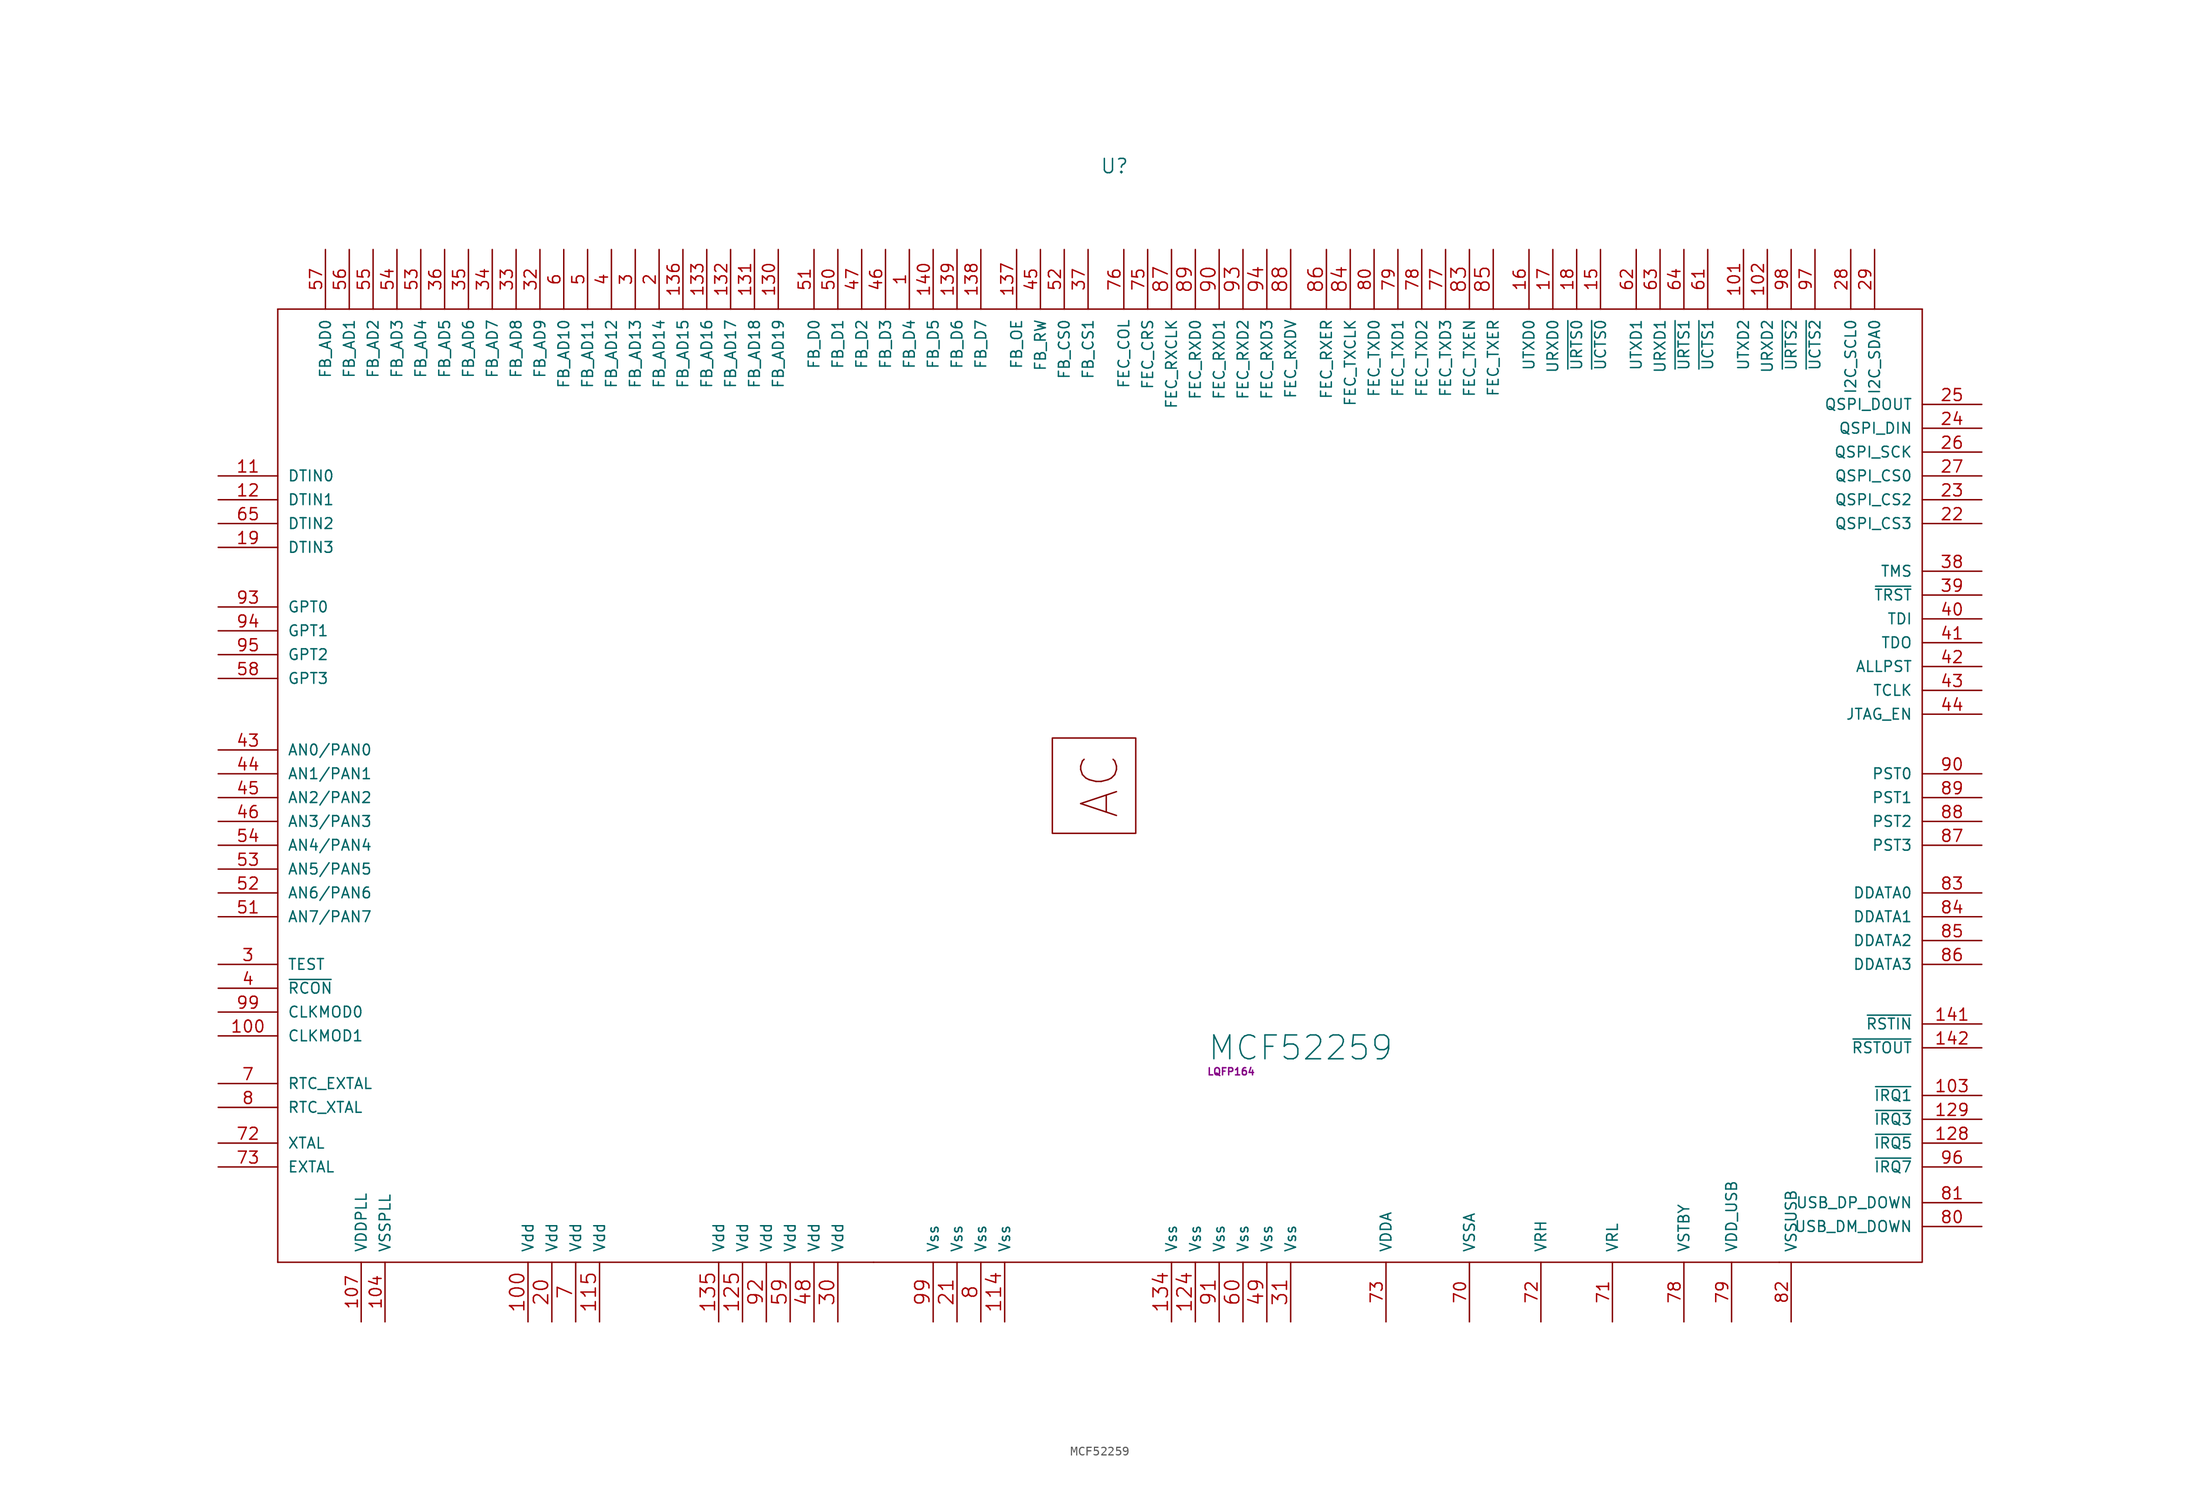
<source format=kicad_sym>
(kicad_symbol_lib
  (version 20220914)
  (generator kicad_symbol_editor)
  (symbol "MCF52259"
    (pin_names
      (offset 1.016))
    (property "Reference" "U"
      (at 0 66.04 0)
      (effects (font (size 1.524 1.524)) (justify left)))
    (property "Value" "MCF52259"
      (at 11.43 -27.94 0)
      (effects (font (size 2.54 2.54)) (justify left)))
    (property "Footprint" "LQFP164"
      (at 13.97 -30.48 0)
      (effects (font (size 0.762 0.762))))
    (property "Datasheet" ""
      (at 0 0 0)
      (effects (font (size 1.524 1.524))))
    (symbol "MCF52259_0_0"
      (polyline (pts (xy 3.81 -5.08) (xy -5.08 -5.08) (xy -5.08 5.08) (xy 3.81 5.08) (xy 3.81 -5.08) (xy 3.81 -5.08)) (stroke (width 0) (type default)) (fill (type none)))
      (text "AC" (at 0 0 900) (effects (font (size 3.81 3.81)))))
    (symbol "MCF52259_0_1"
      (polyline (pts (xy -87.63 33.02) (xy -87.63 -50.8) (xy -87.63 -50.8)) (stroke (width 0) (type default)) (fill (type none)))
      (polyline (pts (xy -87.63 33.02) (xy -87.63 50.8) (xy -87.63 50.8)) (stroke (width 0) (type default)) (fill (type none)))
      (polyline (pts (xy -87.63 50.8) (xy -80.01 50.8) (xy -80.01 50.8)) (stroke (width 0) (type default)) (fill (type none)))
      (polyline (pts (xy -24.13 -50.8) (xy -87.63 -50.8) (xy -87.63 -50.8)) (stroke (width 0) (type default)) (fill (type none)))
      (polyline (pts (xy 72.39 -50.8) (xy -24.13 -50.8) (xy -24.13 -50.8)) (stroke (width 0) (type default)) (fill (type none)))
      (polyline (pts (xy 87.63 50.8) (xy -80.01 50.8) (xy -80.01 50.8)) (stroke (width 0) (type default)) (fill (type none)))
      (polyline (pts (xy 72.39 -50.8) (xy 87.63 -50.8) (xy 87.63 50.8) (xy 87.63 50.8)) (stroke (width 0) (type default)) (fill (type none))))
    (symbol "MCF52259_1_1"
      (pin bidirectional line (at -20.32 57.15 270) (length 6.35) (name "FB_D4" (effects (font (size 1.143 1.143)))) (number "1" (effects (font (size 1.27 1.27)))))
      (pin input line (at -93.98 -26.67 0) (length 6.35) (name "CLKMOD1" (effects (font (size 1.143 1.143)))) (number "100" (effects (font (size 1.27 1.27)))))
      (pin power_in line (at -60.96 -57.15 90) (length 6.35) (name "Vdd" (effects (font (size 1.143 1.143)))) (number "100" (effects (font (size 1.524 1.524)))))
      (pin bidirectional line (at 68.58 57.15 270) (length 6.35) (name "UTXD2" (effects (font (size 1.143 1.143)))) (number "101" (effects (font (size 1.27 1.27)))))
      (pin bidirectional line (at 71.12 57.15 270) (length 6.35) (name "URXD2" (effects (font (size 1.143 1.143)))) (number "102" (effects (font (size 1.27 1.27)))))
      (pin bidirectional line (at 93.98 -33.02 180) (length 6.35) (name "~{IRQ1}" (effects (font (size 1.143 1.143)))) (number "103" (effects (font (size 1.27 1.27)))))
      (pin passive line (at -76.2 -57.15 90) (length 6.35) (name "VSSPLL" (effects (font (size 1.143 1.143)))) (number "104" (effects (font (size 1.27 1.27)))))
      (pin passive line (at -78.74 -57.15 90) (length 6.35) (name "VDDPLL" (effects (font (size 1.143 1.143)))) (number "107" (effects (font (size 1.27 1.27)))))
      (pin bidirectional line (at -93.98 33.02 0) (length 6.35) (name "DTIN0" (effects (font (size 1.143 1.143)))) (number "11" (effects (font (size 1.27 1.27)))))
      (pin power_in line (at -10.16 -57.15 90) (length 6.35) (name "Vss" (effects (font (size 1.143 1.143)))) (number "114" (effects (font (size 1.524 1.524)))))
      (pin power_in line (at -53.34 -57.15 90) (length 6.35) (name "Vdd" (effects (font (size 1.143 1.143)))) (number "115" (effects (font (size 1.524 1.524)))))
      (pin bidirectional line (at -93.98 30.48 0) (length 6.35) (name "DTIN1" (effects (font (size 1.143 1.143)))) (number "12" (effects (font (size 1.27 1.27)))))
      (pin power_in line (at 10.16 -57.15 90) (length 6.35) (name "Vss" (effects (font (size 1.143 1.143)))) (number "124" (effects (font (size 1.524 1.524)))))
      (pin power_in line (at -38.1 -57.15 90) (length 6.35) (name "Vdd" (effects (font (size 1.143 1.143)))) (number "125" (effects (font (size 1.524 1.524)))))
      (pin bidirectional line (at 93.98 -38.1 180) (length 6.35) (name "~{IRQ5}" (effects (font (size 1.143 1.143)))) (number "128" (effects (font (size 1.27 1.27)))))
      (pin bidirectional line (at 93.98 -35.56 180) (length 6.35) (name "~{IRQ3}" (effects (font (size 1.143 1.143)))) (number "129" (effects (font (size 1.27 1.27)))))
      (pin bidirectional line (at -34.29 57.15 270) (length 6.35) (name "FB_AD19" (effects (font (size 1.143 1.143)))) (number "130" (effects (font (size 1.27 1.27)))))
      (pin bidirectional line (at -36.83 57.15 270) (length 6.35) (name "FB_AD18" (effects (font (size 1.143 1.143)))) (number "131" (effects (font (size 1.27 1.27)))))
      (pin bidirectional line (at -39.37 57.15 270) (length 6.35) (name "FB_AD17" (effects (font (size 1.143 1.143)))) (number "132" (effects (font (size 1.27 1.27)))))
      (pin bidirectional line (at -41.91 57.15 270) (length 6.35) (name "FB_AD16" (effects (font (size 1.143 1.143)))) (number "133" (effects (font (size 1.27 1.27)))))
      (pin power_in line (at 7.62 -57.15 90) (length 6.35) (name "Vss" (effects (font (size 1.143 1.143)))) (number "134" (effects (font (size 1.524 1.524)))))
      (pin power_in line (at -40.64 -57.15 90) (length 6.35) (name "Vdd" (effects (font (size 1.143 1.143)))) (number "135" (effects (font (size 1.524 1.524)))))
      (pin bidirectional line (at -44.45 57.15 270) (length 6.35) (name "FB_AD15" (effects (font (size 1.143 1.143)))) (number "136" (effects (font (size 1.27 1.27)))))
      (pin bidirectional line (at -8.89 57.15 270) (length 6.35) (name "FB_OE" (effects (font (size 1.143 1.143)))) (number "137" (effects (font (size 1.27 1.27)))))
      (pin bidirectional line (at -12.7 57.15 270) (length 6.35) (name "FB_D7" (effects (font (size 1.143 1.143)))) (number "138" (effects (font (size 1.27 1.27)))))
      (pin bidirectional line (at -15.24 57.15 270) (length 6.35) (name "FB_D6" (effects (font (size 1.143 1.143)))) (number "139" (effects (font (size 1.27 1.27)))))
      (pin bidirectional line (at -17.78 57.15 270) (length 6.35) (name "FB_D5" (effects (font (size 1.143 1.143)))) (number "140" (effects (font (size 1.27 1.27)))))
      (pin input line (at 93.98 -25.4 180) (length 6.35) (name "~{RSTIN}" (effects (font (size 1.143 1.143)))) (number "141" (effects (font (size 1.27 1.27)))))
      (pin output line (at 93.98 -27.94 180) (length 6.35) (name "~{RSTOUT}" (effects (font (size 1.143 1.143)))) (number "142" (effects (font (size 1.27 1.27)))))
      (pin bidirectional line (at 53.34 57.15 270) (length 6.35) (name "~{UCTS0}" (effects (font (size 1.143 1.143)))) (number "15" (effects (font (size 1.27 1.27)))))
      (pin bidirectional line (at 45.72 57.15 270) (length 6.35) (name "UTXD0" (effects (font (size 1.143 1.143)))) (number "16" (effects (font (size 1.27 1.27)))))
      (pin bidirectional line (at 48.26 57.15 270) (length 6.35) (name "URXD0" (effects (font (size 1.143 1.143)))) (number "17" (effects (font (size 1.27 1.27)))))
      (pin bidirectional line (at 50.8 57.15 270) (length 6.35) (name "~{URTS0}" (effects (font (size 1.143 1.143)))) (number "18" (effects (font (size 1.27 1.27)))))
      (pin bidirectional line (at -93.98 25.4 0) (length 6.35) (name "DTIN3" (effects (font (size 1.143 1.143)))) (number "19" (effects (font (size 1.27 1.27)))))
      (pin bidirectional line (at -46.99 57.15 270) (length 6.35) (name "FB_AD14" (effects (font (size 1.143 1.143)))) (number "2" (effects (font (size 1.27 1.27)))))
      (pin power_in line (at -58.42 -57.15 90) (length 6.35) (name "Vdd" (effects (font (size 1.143 1.143)))) (number "20" (effects (font (size 1.524 1.524)))))
      (pin power_in line (at -15.24 -57.15 90) (length 6.35) (name "Vss" (effects (font (size 1.143 1.143)))) (number "21" (effects (font (size 1.524 1.524)))))
      (pin input line (at 93.98 27.94 180) (length 6.35) (name "QSPI_CS3" (effects (font (size 1.143 1.143)))) (number "22" (effects (font (size 1.27 1.27)))))
      (pin input line (at 93.98 30.48 180) (length 6.35) (name "QSPI_CS2" (effects (font (size 1.143 1.143)))) (number "23" (effects (font (size 1.27 1.27)))))
      (pin input line (at 93.98 38.1 180) (length 6.35) (name "QSPI_DIN" (effects (font (size 1.143 1.143)))) (number "24" (effects (font (size 1.27 1.27)))))
      (pin input line (at 93.98 40.64 180) (length 6.35) (name "QSPI_DOUT" (effects (font (size 1.143 1.143)))) (number "25" (effects (font (size 1.27 1.27)))))
      (pin input line (at 93.98 35.56 180) (length 6.35) (name "QSPI_SCK" (effects (font (size 1.143 1.143)))) (number "26" (effects (font (size 1.27 1.27)))))
      (pin input line (at 93.98 33.02 180) (length 6.35) (name "QSPI_CS0" (effects (font (size 1.143 1.143)))) (number "27" (effects (font (size 1.27 1.27)))))
      (pin bidirectional line (at 80.01 57.15 270) (length 6.35) (name "I2C_SCL0" (effects (font (size 1.143 1.143)))) (number "28" (effects (font (size 1.27 1.27)))))
      (pin bidirectional line (at 82.55 57.15 270) (length 6.35) (name "I2C_SDA0" (effects (font (size 1.143 1.143)))) (number "29" (effects (font (size 1.27 1.27)))))
      (pin bidirectional line (at -49.53 57.15 270) (length 6.35) (name "FB_AD13" (effects (font (size 1.143 1.143)))) (number "3" (effects (font (size 1.27 1.27)))))
      (pin input line (at -93.98 -19.05 0) (length 6.35) (name "TEST" (effects (font (size 1.143 1.143)))) (number "3" (effects (font (size 1.27 1.27)))))
      (pin power_in line (at -27.94 -57.15 90) (length 6.35) (name "Vdd" (effects (font (size 1.143 1.143)))) (number "30" (effects (font (size 1.524 1.524)))))
      (pin power_in line (at 20.32 -57.15 90) (length 6.35) (name "Vss" (effects (font (size 1.143 1.143)))) (number "31" (effects (font (size 1.524 1.524)))))
      (pin bidirectional line (at -59.69 57.15 270) (length 6.35) (name "FB_AD9" (effects (font (size 1.143 1.143)))) (number "32" (effects (font (size 1.27 1.27)))))
      (pin bidirectional line (at -62.23 57.15 270) (length 6.35) (name "FB_AD8" (effects (font (size 1.143 1.143)))) (number "33" (effects (font (size 1.27 1.27)))))
      (pin bidirectional line (at -64.77 57.15 270) (length 6.35) (name "FB_AD7" (effects (font (size 1.143 1.143)))) (number "34" (effects (font (size 1.27 1.27)))))
      (pin bidirectional line (at -67.31 57.15 270) (length 6.35) (name "FB_AD6" (effects (font (size 1.143 1.143)))) (number "35" (effects (font (size 1.27 1.27)))))
      (pin bidirectional line (at -69.85 57.15 270) (length 6.35) (name "FB_AD5" (effects (font (size 1.143 1.143)))) (number "36" (effects (font (size 1.27 1.27)))))
      (pin bidirectional line (at -1.27 57.15 270) (length 6.35) (name "FB_CS1" (effects (font (size 1.143 1.143)))) (number "37" (effects (font (size 1.27 1.27)))))
      (pin input line (at 93.98 22.86 180) (length 6.35) (name "TMS" (effects (font (size 1.143 1.143)))) (number "38" (effects (font (size 1.27 1.27)))))
      (pin input line (at 93.98 20.32 180) (length 6.35) (name "~{TRST}" (effects (font (size 1.143 1.143)))) (number "39" (effects (font (size 1.27 1.27)))))
      (pin bidirectional line (at -52.07 57.15 270) (length 6.35) (name "FB_AD12" (effects (font (size 1.143 1.143)))) (number "4" (effects (font (size 1.27 1.27)))))
      (pin input line (at -93.98 -21.59 0) (length 6.35) (name "~{RCON}" (effects (font (size 1.143 1.143)))) (number "4" (effects (font (size 1.27 1.27)))))
      (pin input line (at 93.98 17.78 180) (length 6.35) (name "TDI" (effects (font (size 1.143 1.143)))) (number "40" (effects (font (size 1.27 1.27)))))
      (pin output line (at 93.98 15.24 180) (length 6.35) (name "TDO" (effects (font (size 1.143 1.143)))) (number "41" (effects (font (size 1.27 1.27)))))
      (pin output line (at 93.98 12.7 180) (length 6.35) (name "ALLPST" (effects (font (size 1.143 1.143)))) (number "42" (effects (font (size 1.27 1.27)))))
      (pin bidirectional line (at -93.98 3.81 0) (length 6.35) (name "AN0/PAN0" (effects (font (size 1.143 1.143)))) (number "43" (effects (font (size 1.27 1.27)))))
      (pin input line (at 93.98 10.16 180) (length 6.35) (name "TCLK" (effects (font (size 1.143 1.143)))) (number "43" (effects (font (size 1.27 1.27)))))
      (pin bidirectional line (at -93.98 1.27 0) (length 6.35) (name "AN1/PAN1" (effects (font (size 1.143 1.143)))) (number "44" (effects (font (size 1.27 1.27)))))
      (pin input line (at 93.98 7.62 180) (length 6.35) (name "JTAG_EN" (effects (font (size 1.143 1.143)))) (number "44" (effects (font (size 1.27 1.27)))))
      (pin bidirectional line (at -93.98 -1.27 0) (length 6.35) (name "AN2/PAN2" (effects (font (size 1.143 1.143)))) (number "45" (effects (font (size 1.27 1.27)))))
      (pin bidirectional line (at -6.35 57.15 270) (length 6.35) (name "FB_RW" (effects (font (size 1.143 1.143)))) (number "45" (effects (font (size 1.27 1.27)))))
      (pin bidirectional line (at -93.98 -3.81 0) (length 6.35) (name "AN3/PAN3" (effects (font (size 1.143 1.143)))) (number "46" (effects (font (size 1.27 1.27)))))
      (pin bidirectional line (at -22.86 57.15 270) (length 6.35) (name "FB_D3" (effects (font (size 1.143 1.143)))) (number "46" (effects (font (size 1.27 1.27)))))
      (pin bidirectional line (at -25.4 57.15 270) (length 6.35) (name "FB_D2" (effects (font (size 1.143 1.143)))) (number "47" (effects (font (size 1.27 1.27)))))
      (pin power_in line (at -30.48 -57.15 90) (length 6.35) (name "Vdd" (effects (font (size 1.143 1.143)))) (number "48" (effects (font (size 1.524 1.524)))))
      (pin power_in line (at 17.78 -57.15 90) (length 6.35) (name "Vss" (effects (font (size 1.143 1.143)))) (number "49" (effects (font (size 1.524 1.524)))))
      (pin bidirectional line (at -54.61 57.15 270) (length 6.35) (name "FB_AD11" (effects (font (size 1.143 1.143)))) (number "5" (effects (font (size 1.27 1.27)))))
      (pin bidirectional line (at -27.94 57.15 270) (length 6.35) (name "FB_D1" (effects (font (size 1.143 1.143)))) (number "50" (effects (font (size 1.27 1.27)))))
      (pin bidirectional line (at -93.98 -13.97 0) (length 6.35) (name "AN7/PAN7" (effects (font (size 1.143 1.143)))) (number "51" (effects (font (size 1.27 1.27)))))
      (pin bidirectional line (at -30.48 57.15 270) (length 6.35) (name "FB_D0" (effects (font (size 1.143 1.143)))) (number "51" (effects (font (size 1.27 1.27)))))
      (pin bidirectional line (at -93.98 -11.43 0) (length 6.35) (name "AN6/PAN6" (effects (font (size 1.143 1.143)))) (number "52" (effects (font (size 1.27 1.27)))))
      (pin bidirectional line (at -3.81 57.15 270) (length 6.35) (name "FB_CS0" (effects (font (size 1.143 1.143)))) (number "52" (effects (font (size 1.27 1.27)))))
      (pin bidirectional line (at -93.98 -8.89 0) (length 6.35) (name "AN5/PAN5" (effects (font (size 1.143 1.143)))) (number "53" (effects (font (size 1.27 1.27)))))
      (pin bidirectional line (at -72.39 57.15 270) (length 6.35) (name "FB_AD4" (effects (font (size 1.143 1.143)))) (number "53" (effects (font (size 1.27 1.27)))))
      (pin bidirectional line (at -93.98 -6.35 0) (length 6.35) (name "AN4/PAN4" (effects (font (size 1.143 1.143)))) (number "54" (effects (font (size 1.27 1.27)))))
      (pin bidirectional line (at -74.93 57.15 270) (length 6.35) (name "FB_AD3" (effects (font (size 1.143 1.143)))) (number "54" (effects (font (size 1.27 1.27)))))
      (pin bidirectional line (at -77.47 57.15 270) (length 6.35) (name "FB_AD2" (effects (font (size 1.143 1.143)))) (number "55" (effects (font (size 1.27 1.27)))))
      (pin bidirectional line (at -80.01 57.15 270) (length 6.35) (name "FB_AD1" (effects (font (size 1.143 1.143)))) (number "56" (effects (font (size 1.27 1.27)))))
      (pin bidirectional line (at -82.55 57.15 270) (length 6.35) (name "FB_AD0" (effects (font (size 1.143 1.143)))) (number "57" (effects (font (size 1.27 1.27)))))
      (pin bidirectional line (at -93.98 11.43 0) (length 6.35) (name "GPT3" (effects (font (size 1.143 1.143)))) (number "58" (effects (font (size 1.27 1.27)))))
      (pin power_in line (at -33.02 -57.15 90) (length 6.35) (name "Vdd" (effects (font (size 1.143 1.143)))) (number "59" (effects (font (size 1.524 1.524)))))
      (pin bidirectional line (at -57.15 57.15 270) (length 6.35) (name "FB_AD10" (effects (font (size 1.143 1.143)))) (number "6" (effects (font (size 1.27 1.27)))))
      (pin power_in line (at 15.24 -57.15 90) (length 6.35) (name "Vss" (effects (font (size 1.143 1.143)))) (number "60" (effects (font (size 1.524 1.524)))))
      (pin bidirectional line (at 64.77 57.15 270) (length 6.35) (name "~{UCTS1}" (effects (font (size 1.143 1.143)))) (number "61" (effects (font (size 1.27 1.27)))))
      (pin bidirectional line (at 57.15 57.15 270) (length 6.35) (name "UTXD1" (effects (font (size 1.143 1.143)))) (number "62" (effects (font (size 1.27 1.27)))))
      (pin bidirectional line (at 59.69 57.15 270) (length 6.35) (name "URXD1" (effects (font (size 1.143 1.143)))) (number "63" (effects (font (size 1.27 1.27)))))
      (pin bidirectional line (at 62.23 57.15 270) (length 6.35) (name "~{URTS1}" (effects (font (size 1.143 1.143)))) (number "64" (effects (font (size 1.27 1.27)))))
      (pin bidirectional line (at -93.98 27.94 0) (length 6.35) (name "DTIN2" (effects (font (size 1.143 1.143)))) (number "65" (effects (font (size 1.27 1.27)))))
      (pin input line (at -93.98 -31.75 0) (length 6.35) (name "RTC_EXTAL" (effects (font (size 1.143 1.143)))) (number "7" (effects (font (size 1.27 1.27)))))
      (pin power_in line (at -55.88 -57.15 90) (length 6.35) (name "Vdd" (effects (font (size 1.143 1.143)))) (number "7" (effects (font (size 1.524 1.524)))))
      (pin input line (at 39.37 -57.15 90) (length 6.35) (name "VSSA" (effects (font (size 1.143 1.143)))) (number "70" (effects (font (size 1.27 1.27)))))
      (pin input line (at 54.61 -57.15 90) (length 6.35) (name "VRL" (effects (font (size 1.143 1.143)))) (number "71" (effects (font (size 1.27 1.27)))))
      (pin input line (at 46.99 -57.15 90) (length 6.35) (name "VRH" (effects (font (size 1.143 1.143)))) (number "72" (effects (font (size 1.27 1.27)))))
      (pin output line (at -93.98 -38.1 0) (length 6.35) (name "XTAL" (effects (font (size 1.143 1.143)))) (number "72" (effects (font (size 1.27 1.27)))))
      (pin input line (at -93.98 -40.64 0) (length 6.35) (name "EXTAL" (effects (font (size 1.143 1.143)))) (number "73" (effects (font (size 1.27 1.27)))))
      (pin input line (at 30.48 -57.15 90) (length 6.35) (name "VDDA" (effects (font (size 1.143 1.143)))) (number "73" (effects (font (size 1.27 1.27)))))
      (pin bidirectional line (at 5.08 57.15 270) (length 6.35) (name "FEC_CRS" (effects (font (size 1.143 1.143)))) (number "75" (effects (font (size 1.27 1.27)))))
      (pin bidirectional line (at 2.54 57.15 270) (length 6.35) (name "FEC_COL" (effects (font (size 1.143 1.143)))) (number "76" (effects (font (size 1.27 1.27)))))
      (pin bidirectional line (at 36.83 57.15 270) (length 6.35) (name "FEC_TXD3" (effects (font (size 1.143 1.143)))) (number "77" (effects (font (size 1.27 1.27)))))
      (pin bidirectional line (at 34.29 57.15 270) (length 6.35) (name "FEC_TXD2" (effects (font (size 1.143 1.143)))) (number "78" (effects (font (size 1.27 1.27)))))
      (pin bidirectional line (at 62.23 -57.15 90) (length 6.35) (name "VSTBY" (effects (font (size 1.143 1.143)))) (number "78" (effects (font (size 1.27 1.27)))))
      (pin bidirectional line (at 31.75 57.15 270) (length 6.35) (name "FEC_TXD1" (effects (font (size 1.143 1.143)))) (number "79" (effects (font (size 1.27 1.27)))))
      (pin bidirectional line (at 67.31 -57.15 90) (length 6.35) (name "VDD_USB" (effects (font (size 1.143 1.143)))) (number "79" (effects (font (size 1.27 1.27)))))
      (pin output line (at -93.98 -34.29 0) (length 6.35) (name "RTC_XTAL" (effects (font (size 1.143 1.143)))) (number "8" (effects (font (size 1.27 1.27)))))
      (pin power_in line (at -12.7 -57.15 90) (length 6.35) (name "Vss" (effects (font (size 1.143 1.143)))) (number "8" (effects (font (size 1.524 1.524)))))
      (pin bidirectional line (at 29.21 57.15 270) (length 6.35) (name "FEC_TXD0" (effects (font (size 1.143 1.143)))) (number "80" (effects (font (size 1.27 1.27)))))
      (pin bidirectional line (at 93.98 -46.99 180) (length 6.35) (name "USB_DM_DOWN" (effects (font (size 1.143 1.143)))) (number "80" (effects (font (size 1.27 1.27)))))
      (pin bidirectional line (at 93.98 -44.45 180) (length 6.35) (name "USB_DP_DOWN" (effects (font (size 1.143 1.143)))) (number "81" (effects (font (size 1.27 1.27)))))
      (pin bidirectional line (at 73.66 -57.15 90) (length 6.35) (name "VSSUSB" (effects (font (size 1.143 1.143)))) (number "82" (effects (font (size 1.27 1.27)))))
      (pin output line (at 93.98 -11.43 180) (length 6.35) (name "DDATA0" (effects (font (size 1.143 1.143)))) (number "83" (effects (font (size 1.27 1.27)))))
      (pin power_in line (at 39.37 57.15 270) (length 6.35) (name "FEC_TXEN" (effects (font (size 1.143 1.143)))) (number "83" (effects (font (size 1.524 1.524)))))
      (pin output line (at 93.98 -13.97 180) (length 6.35) (name "DDATA1" (effects (font (size 1.143 1.143)))) (number "84" (effects (font (size 1.27 1.27)))))
      (pin power_in line (at 26.67 57.15 270) (length 6.35) (name "FEC_TXCLK" (effects (font (size 1.143 1.143)))) (number "84" (effects (font (size 1.524 1.524)))))
      (pin output line (at 93.98 -16.51 180) (length 6.35) (name "DDATA2" (effects (font (size 1.143 1.143)))) (number "85" (effects (font (size 1.27 1.27)))))
      (pin power_in line (at 41.91 57.15 270) (length 6.35) (name "FEC_TXER" (effects (font (size 1.143 1.143)))) (number "85" (effects (font (size 1.524 1.524)))))
      (pin output line (at 93.98 -19.05 180) (length 6.35) (name "DDATA3" (effects (font (size 1.143 1.143)))) (number "86" (effects (font (size 1.27 1.27)))))
      (pin power_in line (at 24.13 57.15 270) (length 6.35) (name "FEC_RXER" (effects (font (size 1.143 1.143)))) (number "86" (effects (font (size 1.524 1.524)))))
      (pin power_in line (at 7.62 57.15 270) (length 6.35) (name "FEC_RXCLK" (effects (font (size 1.143 1.143)))) (number "87" (effects (font (size 1.524 1.524)))))
      (pin output line (at 93.98 -6.35 180) (length 6.35) (name "PST3" (effects (font (size 1.143 1.143)))) (number "87" (effects (font (size 1.27 1.27)))))
      (pin power_in line (at 20.32 57.15 270) (length 6.35) (name "FEC_RXDV" (effects (font (size 1.143 1.143)))) (number "88" (effects (font (size 1.524 1.524)))))
      (pin output line (at 93.98 -3.81 180) (length 6.35) (name "PST2" (effects (font (size 1.143 1.143)))) (number "88" (effects (font (size 1.27 1.27)))))
      (pin power_in line (at 10.16 57.15 270) (length 6.35) (name "FEC_RXD0" (effects (font (size 1.143 1.143)))) (number "89" (effects (font (size 1.524 1.524)))))
      (pin output line (at 93.98 -1.27 180) (length 6.35) (name "PST1" (effects (font (size 1.143 1.143)))) (number "89" (effects (font (size 1.27 1.27)))))
      (pin power_in line (at 12.7 57.15 270) (length 6.35) (name "FEC_RXD1" (effects (font (size 1.143 1.143)))) (number "90" (effects (font (size 1.524 1.524)))))
      (pin output line (at 93.98 1.27 180) (length 6.35) (name "PST0" (effects (font (size 1.143 1.143)))) (number "90" (effects (font (size 1.27 1.27)))))
      (pin power_in line (at 12.7 -57.15 90) (length 6.35) (name "Vss" (effects (font (size 1.143 1.143)))) (number "91" (effects (font (size 1.524 1.524)))))
      (pin power_in line (at -35.56 -57.15 90) (length 6.35) (name "Vdd" (effects (font (size 1.143 1.143)))) (number "92" (effects (font (size 1.524 1.524)))))
      (pin power_in line (at 15.24 57.15 270) (length 6.35) (name "FEC_RXD2" (effects (font (size 1.143 1.143)))) (number "93" (effects (font (size 1.524 1.524)))))
      (pin bidirectional line (at -93.98 19.05 0) (length 6.35) (name "GPT0" (effects (font (size 1.143 1.143)))) (number "93" (effects (font (size 1.27 1.27)))))
      (pin power_in line (at 17.78 57.15 270) (length 6.35) (name "FEC_RXD3" (effects (font (size 1.143 1.143)))) (number "94" (effects (font (size 1.524 1.524)))))
      (pin bidirectional line (at -93.98 16.51 0) (length 6.35) (name "GPT1" (effects (font (size 1.143 1.143)))) (number "94" (effects (font (size 1.27 1.27)))))
      (pin bidirectional line (at -93.98 13.97 0) (length 6.35) (name "GPT2" (effects (font (size 1.143 1.143)))) (number "95" (effects (font (size 1.27 1.27)))))
      (pin bidirectional line (at 93.98 -40.64 180) (length 6.35) (name "~{IRQ7}" (effects (font (size 1.143 1.143)))) (number "96" (effects (font (size 1.27 1.27)))))
      (pin bidirectional line (at 76.2 57.15 270) (length 6.35) (name "~{UCTS2}" (effects (font (size 1.143 1.143)))) (number "97" (effects (font (size 1.27 1.27)))))
      (pin bidirectional line (at 73.66 57.15 270) (length 6.35) (name "~{URTS2}" (effects (font (size 1.143 1.143)))) (number "98" (effects (font (size 1.27 1.27)))))
      (pin input line (at -93.98 -24.13 0) (length 6.35) (name "CLKMOD0" (effects (font (size 1.143 1.143)))) (number "99" (effects (font (size 1.27 1.27)))))
      (pin power_in line (at -17.78 -57.15 90) (length 6.35) (name "Vss" (effects (font (size 1.143 1.143)))) (number "99" (effects (font (size 1.524 1.524))))))))
</source>
